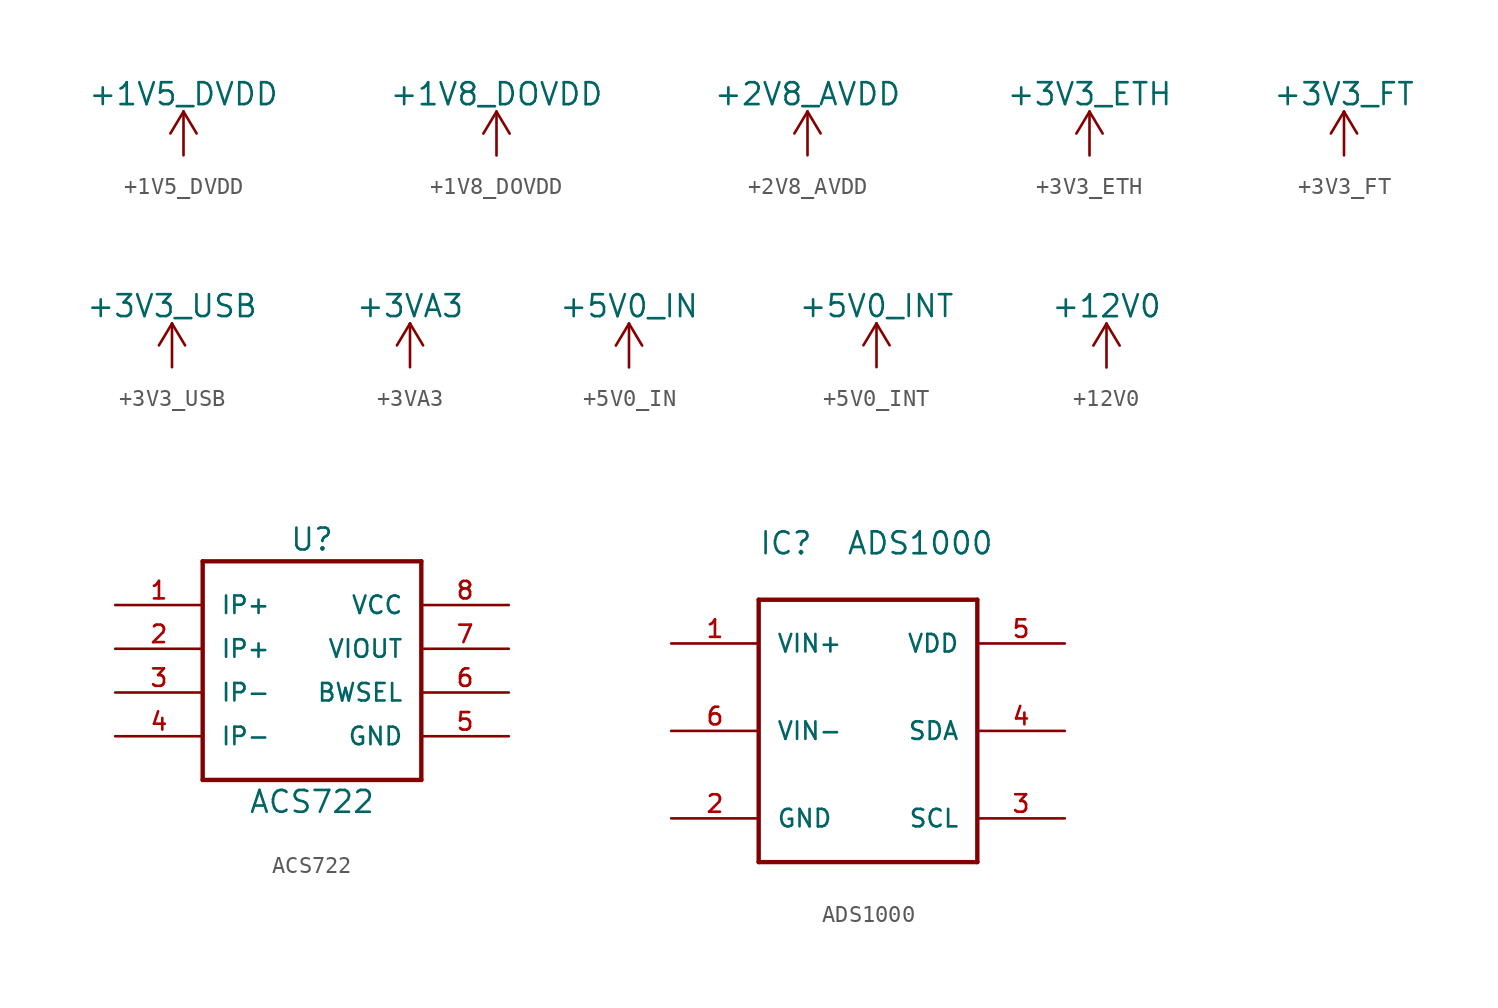
<source format=kicad_sym>
(kicad_symbol_lib
  (version 20220914)
  (generator kicad_symbol_editor)
  (symbol "+1V5_DVDD"
    (power)
    (pin_names
      (offset 0))
    (property "Reference" "#PWR"
      (at 0 -3.81 0)
      (effects (font (size 1.27 1.27)) hide))
    (property "Value" "+1V5_DVDD"
      (at 0 3.556 0)
      (effects (font (size 1.27 1.27))))
    (symbol "+1V5_DVDD_0_1"
      (polyline (pts (xy -0.762 1.27) (xy 0 2.54)) (stroke (width 0) (type solid)) (fill (type none)))
      (polyline (pts (xy 0 0) (xy 0 2.54)) (stroke (width 0) (type solid)) (fill (type none)))
      (polyline (pts (xy 0 2.54) (xy 0.762 1.27)) (stroke (width 0) (type solid)) (fill (type none))))
    (symbol "+1V5_DVDD_1_1"
      (pin power_in line (at 0 0 90) (length 0) hide (name "+1V5_DVDD" (effects (font (size 1.27 1.27)))) (number "1" (effects (font (size 1.27 1.27)))))))
  (symbol "+1V8_DOVDD"
    (power)
    (pin_names
      (offset 0))
    (property "Reference" "#PWR"
      (at 0 -3.81 0)
      (effects (font (size 1.27 1.27)) hide))
    (property "Value" "+1V8_DOVDD"
      (at 0 3.556 0)
      (effects (font (size 1.27 1.27))))
    (symbol "+1V8_DOVDD_0_1"
      (polyline (pts (xy -0.762 1.27) (xy 0 2.54)) (stroke (width 0) (type solid)) (fill (type none)))
      (polyline (pts (xy 0 0) (xy 0 2.54)) (stroke (width 0) (type solid)) (fill (type none)))
      (polyline (pts (xy 0 2.54) (xy 0.762 1.27)) (stroke (width 0) (type solid)) (fill (type none))))
    (symbol "+1V8_DOVDD_1_1"
      (pin power_in line (at 0 0 90) (length 0) hide (name "+1V8_DOVDD" (effects (font (size 1.27 1.27)))) (number "1" (effects (font (size 1.27 1.27)))))))
  (symbol "+2V8_AVDD"
    (power)
    (pin_names
      (offset 0))
    (property "Reference" "#PWR"
      (at 0 -3.81 0)
      (effects (font (size 1.27 1.27)) hide))
    (property "Value" "+2V8_AVDD"
      (at 0 3.556 0)
      (effects (font (size 1.27 1.27))))
    (symbol "+2V8_AVDD_0_1"
      (polyline (pts (xy -0.762 1.27) (xy 0 2.54)) (stroke (width 0) (type solid)) (fill (type none)))
      (polyline (pts (xy 0 0) (xy 0 2.54)) (stroke (width 0) (type solid)) (fill (type none)))
      (polyline (pts (xy 0 2.54) (xy 0.762 1.27)) (stroke (width 0) (type solid)) (fill (type none))))
    (symbol "+2V8_AVDD_1_1"
      (pin power_in line (at 0 0 90) (length 0) hide (name "+2V8_AVDD" (effects (font (size 1.27 1.27)))) (number "1" (effects (font (size 1.27 1.27)))))))
  (symbol "+3V3_ETH"
    (power)
    (pin_names
      (offset 0))
    (property "Reference" "#PWR"
      (at 0 -3.81 0)
      (effects (font (size 1.27 1.27)) hide))
    (property "Value" "+3V3_ETH"
      (at 0 3.556 0)
      (effects (font (size 1.27 1.27))))
    (symbol "+3V3_ETH_0_1"
      (polyline (pts (xy -0.762 1.27) (xy 0 2.54)) (stroke (width 0) (type solid)) (fill (type none)))
      (polyline (pts (xy 0 0) (xy 0 2.54)) (stroke (width 0) (type solid)) (fill (type none)))
      (polyline (pts (xy 0 2.54) (xy 0.762 1.27)) (stroke (width 0) (type solid)) (fill (type none))))
    (symbol "+3V3_ETH_1_1"
      (pin power_in line (at 0 0 90) (length 0) hide (name "+3V3_ETH" (effects (font (size 1.27 1.27)))) (number "1" (effects (font (size 1.27 1.27)))))))
  (symbol "+3V3_FT"
    (power)
    (pin_names
      (offset 0))
    (property "Reference" "#PWR"
      (at 0 -3.81 0)
      (effects (font (size 1.27 1.27)) hide))
    (property "Value" "+3V3_FT"
      (at 0 3.556 0)
      (effects (font (size 1.27 1.27))))
    (symbol "+3V3_FT_0_1"
      (polyline (pts (xy -0.762 1.27) (xy 0 2.54)) (stroke (width 0) (type solid)) (fill (type none)))
      (polyline (pts (xy 0 0) (xy 0 2.54)) (stroke (width 0) (type solid)) (fill (type none)))
      (polyline (pts (xy 0 2.54) (xy 0.762 1.27)) (stroke (width 0) (type solid)) (fill (type none))))
    (symbol "+3V3_FT_1_1"
      (pin power_in line (at 0 0 90) (length 0) hide (name "+3V3_FT" (effects (font (size 1.27 1.27)))) (number "1" (effects (font (size 1.27 1.27)))))))
  (symbol "+3V3_USB"
    (power)
    (pin_names
      (offset 0))
    (property "Reference" "#PWR"
      (at 0 -3.81 0)
      (effects (font (size 1.27 1.27)) hide))
    (property "Value" "+3V3_USB"
      (at 0 3.556 0)
      (effects (font (size 1.27 1.27))))
    (symbol "+3V3_USB_0_1"
      (polyline (pts (xy -0.762 1.27) (xy 0 2.54)) (stroke (width 0) (type solid)) (fill (type none)))
      (polyline (pts (xy 0 0) (xy 0 2.54)) (stroke (width 0) (type solid)) (fill (type none)))
      (polyline (pts (xy 0 2.54) (xy 0.762 1.27)) (stroke (width 0) (type solid)) (fill (type none))))
    (symbol "+3V3_USB_1_1"
      (pin power_in line (at 0 0 90) (length 0) hide (name "+3V3_USB" (effects (font (size 1.27 1.27)))) (number "1" (effects (font (size 1.27 1.27)))))))
  (symbol "+3VA3"
    (power)
    (pin_names
      (offset 0))
    (property "Reference" "#PWR"
      (at 0 -3.81 0)
      (effects (font (size 1.27 1.27)) hide))
    (property "Value" "+3VA3"
      (at 0 3.556 0)
      (effects (font (size 1.27 1.27))))
    (symbol "+3VA3_0_1"
      (polyline (pts (xy -0.762 1.27) (xy 0 2.54)) (stroke (width 0) (type solid)) (fill (type none)))
      (polyline (pts (xy 0 0) (xy 0 2.54)) (stroke (width 0) (type solid)) (fill (type none)))
      (polyline (pts (xy 0 2.54) (xy 0.762 1.27)) (stroke (width 0) (type solid)) (fill (type none))))
    (symbol "+3VA3_1_1"
      (pin power_in line (at 0 0 90) (length 0) hide (name "+3VA3" (effects (font (size 1.27 1.27)))) (number "1" (effects (font (size 1.27 1.27)))))))
  (symbol "+5V0_IN"
    (power)
    (pin_names
      (offset 0))
    (property "Reference" "#PWR"
      (at 0 -3.81 0)
      (effects (font (size 1.27 1.27)) hide))
    (property "Value" "+5V0_IN"
      (at 0 3.556 0)
      (effects (font (size 1.27 1.27))))
    (symbol "+5V0_IN_0_1"
      (polyline (pts (xy -0.762 1.27) (xy 0 2.54)) (stroke (width 0) (type solid)) (fill (type none)))
      (polyline (pts (xy 0 0) (xy 0 2.54)) (stroke (width 0) (type solid)) (fill (type none)))
      (polyline (pts (xy 0 2.54) (xy 0.762 1.27)) (stroke (width 0) (type solid)) (fill (type none))))
    (symbol "+5V0_IN_1_1"
      (pin power_in line (at 0 0 90) (length 0) hide (name "+5V0_IN" (effects (font (size 1.27 1.27)))) (number "1" (effects (font (size 1.27 1.27)))))))
  (symbol "+5V0_INT"
    (power)
    (pin_names
      (offset 0))
    (property "Reference" "#PWR"
      (at 0 -3.81 0)
      (effects (font (size 1.27 1.27)) hide))
    (property "Value" "+5V0_INT"
      (at 0 3.556 0)
      (effects (font (size 1.27 1.27))))
    (symbol "+5V0_INT_0_1"
      (polyline (pts (xy -0.762 1.27) (xy 0 2.54)) (stroke (width 0) (type solid)) (fill (type none)))
      (polyline (pts (xy 0 0) (xy 0 2.54)) (stroke (width 0) (type solid)) (fill (type none)))
      (polyline (pts (xy 0 2.54) (xy 0.762 1.27)) (stroke (width 0) (type solid)) (fill (type none))))
    (symbol "+5V0_INT_1_1"
      (pin power_in line (at 0 0 90) (length 0) hide (name "+5V0_INT" (effects (font (size 1.27 1.27)))) (number "1" (effects (font (size 1.27 1.27)))))))
  (symbol "+12V0"
    (power)
    (pin_names
      (offset 0))
    (property "Reference" "#PWR"
      (at 0 -3.81 0)
      (effects (font (size 1.27 1.27)) hide))
    (property "Value" "+12V0"
      (at 0 3.556 0)
      (effects (font (size 1.27 1.27))))
    (symbol "+12V0_0_1"
      (polyline (pts (xy -0.762 1.27) (xy 0 2.54)) (stroke (width 0) (type solid)) (fill (type none)))
      (polyline (pts (xy 0 0) (xy 0 2.54)) (stroke (width 0) (type solid)) (fill (type none)))
      (polyline (pts (xy 0 2.54) (xy 0.762 1.27)) (stroke (width 0) (type solid)) (fill (type none))))
    (symbol "+12V0_1_1"
      (pin power_in line (at 0 0 90) (length 0) hide (name "+12V0" (effects (font (size 1.27 1.27)))) (number "1" (effects (font (size 1.27 1.27)))))))
  (symbol "ACS722"
    (pin_names
      (offset 1.016))
    (property "Reference" "U"
      (at 6.35 1.27 0)
      (effects (font (size 1.27 1.27))))
    (property "Value" "ACS722"
      (at 6.35 -13.97 0)
      (effects (font (size 1.27 1.27))))
    (symbol "ACS722_1_1"
      (polyline (pts (xy 0 -12.7) (xy 0 0)) (stroke (width 0.254) (type solid)) (fill (type none)))
      (polyline (pts (xy 0 0) (xy 12.7 0)) (stroke (width 0.254) (type solid)) (fill (type none)))
      (polyline (pts (xy 12.7 -12.7) (xy 0 -12.7)) (stroke (width 0.254) (type solid)) (fill (type none)))
      (polyline (pts (xy 12.7 0) (xy 12.7 -12.7)) (stroke (width 0.254) (type solid)) (fill (type none)))
      (pin input line (at -5.08 -2.54 0) (length 5.08) (name "IP+" (effects (font (size 1.016 1.016)))) (number "1" (effects (font (size 1.016 1.016)))))
      (pin input line (at -5.08 -5.08 0) (length 5.08) (name "IP+" (effects (font (size 1.016 1.016)))) (number "2" (effects (font (size 1.016 1.016)))))
      (pin input line (at -5.08 -7.62 0) (length 5.08) (name "IP-" (effects (font (size 1.016 1.016)))) (number "3" (effects (font (size 1.016 1.016)))))
      (pin input line (at -5.08 -10.16 0) (length 5.08) (name "IP-" (effects (font (size 1.016 1.016)))) (number "4" (effects (font (size 1.016 1.016)))))
      (pin power_in line (at 17.78 -10.16 180) (length 5.08) (name "GND" (effects (font (size 1.016 1.016)))) (number "5" (effects (font (size 1.016 1.016)))))
      (pin input line (at 17.78 -7.62 180) (length 5.08) (name "BWSEL" (effects (font (size 1.016 1.016)))) (number "6" (effects (font (size 1.016 1.016)))))
      (pin output line (at 17.78 -5.08 180) (length 5.08) (name "VIOUT" (effects (font (size 1.016 1.016)))) (number "7" (effects (font (size 1.016 1.016)))))
      (pin power_in line (at 17.78 -2.54 180) (length 5.08) (name "VCC" (effects (font (size 1.016 1.016)))) (number "8" (effects (font (size 1.016 1.016)))))))
  (symbol "ADS1000"
    (pin_names
      (offset 1.016))
    (property "Reference" "IC"
      (at 0 2.54 0)
      (effects (font (size 1.27 1.27)) (justify left bottom)))
    (property "Value" "ADS1000"
      (at 5.08 2.54 0)
      (effects (font (size 1.27 1.27)) (justify left bottom)))
    (symbol "ADS1000_1_0"
      (polyline (pts (xy 0 -15.24) (xy 0 0)) (stroke (width 0.254) (type solid)) (fill (type none)))
      (polyline (pts (xy 0 0) (xy 12.7 0)) (stroke (width 0.254) (type solid)) (fill (type none)))
      (polyline (pts (xy 12.7 -15.24) (xy 0 -15.24)) (stroke (width 0.254) (type solid)) (fill (type none)))
      (polyline (pts (xy 12.7 0) (xy 12.7 -15.24)) (stroke (width 0.254) (type solid)) (fill (type none))))
    (symbol "ADS1000_1_1"
      (pin input line (at -5.08 -2.54 0) (length 5.08) (name "VIN+" (effects (font (size 1.016 1.016)))) (number "1" (effects (font (size 1.016 1.016)))))
      (pin power_in line (at -5.08 -12.7 0) (length 5.08) (name "GND" (effects (font (size 1.016 1.016)))) (number "2" (effects (font (size 1.016 1.016)))))
      (pin input line (at 17.78 -12.7 180) (length 5.08) (name "SCL" (effects (font (size 1.016 1.016)))) (number "3" (effects (font (size 1.016 1.016)))))
      (pin bidirectional line (at 17.78 -7.62 180) (length 5.08) (name "SDA" (effects (font (size 1.016 1.016)))) (number "4" (effects (font (size 1.016 1.016)))))
      (pin power_in line (at 17.78 -2.54 180) (length 5.08) (name "VDD" (effects (font (size 1.016 1.016)))) (number "5" (effects (font (size 1.016 1.016)))))
      (pin input line (at -5.08 -7.62 0) (length 5.08) (name "VIN-" (effects (font (size 1.016 1.016)))) (number "6" (effects (font (size 1.016 1.016))))))))
</source>
